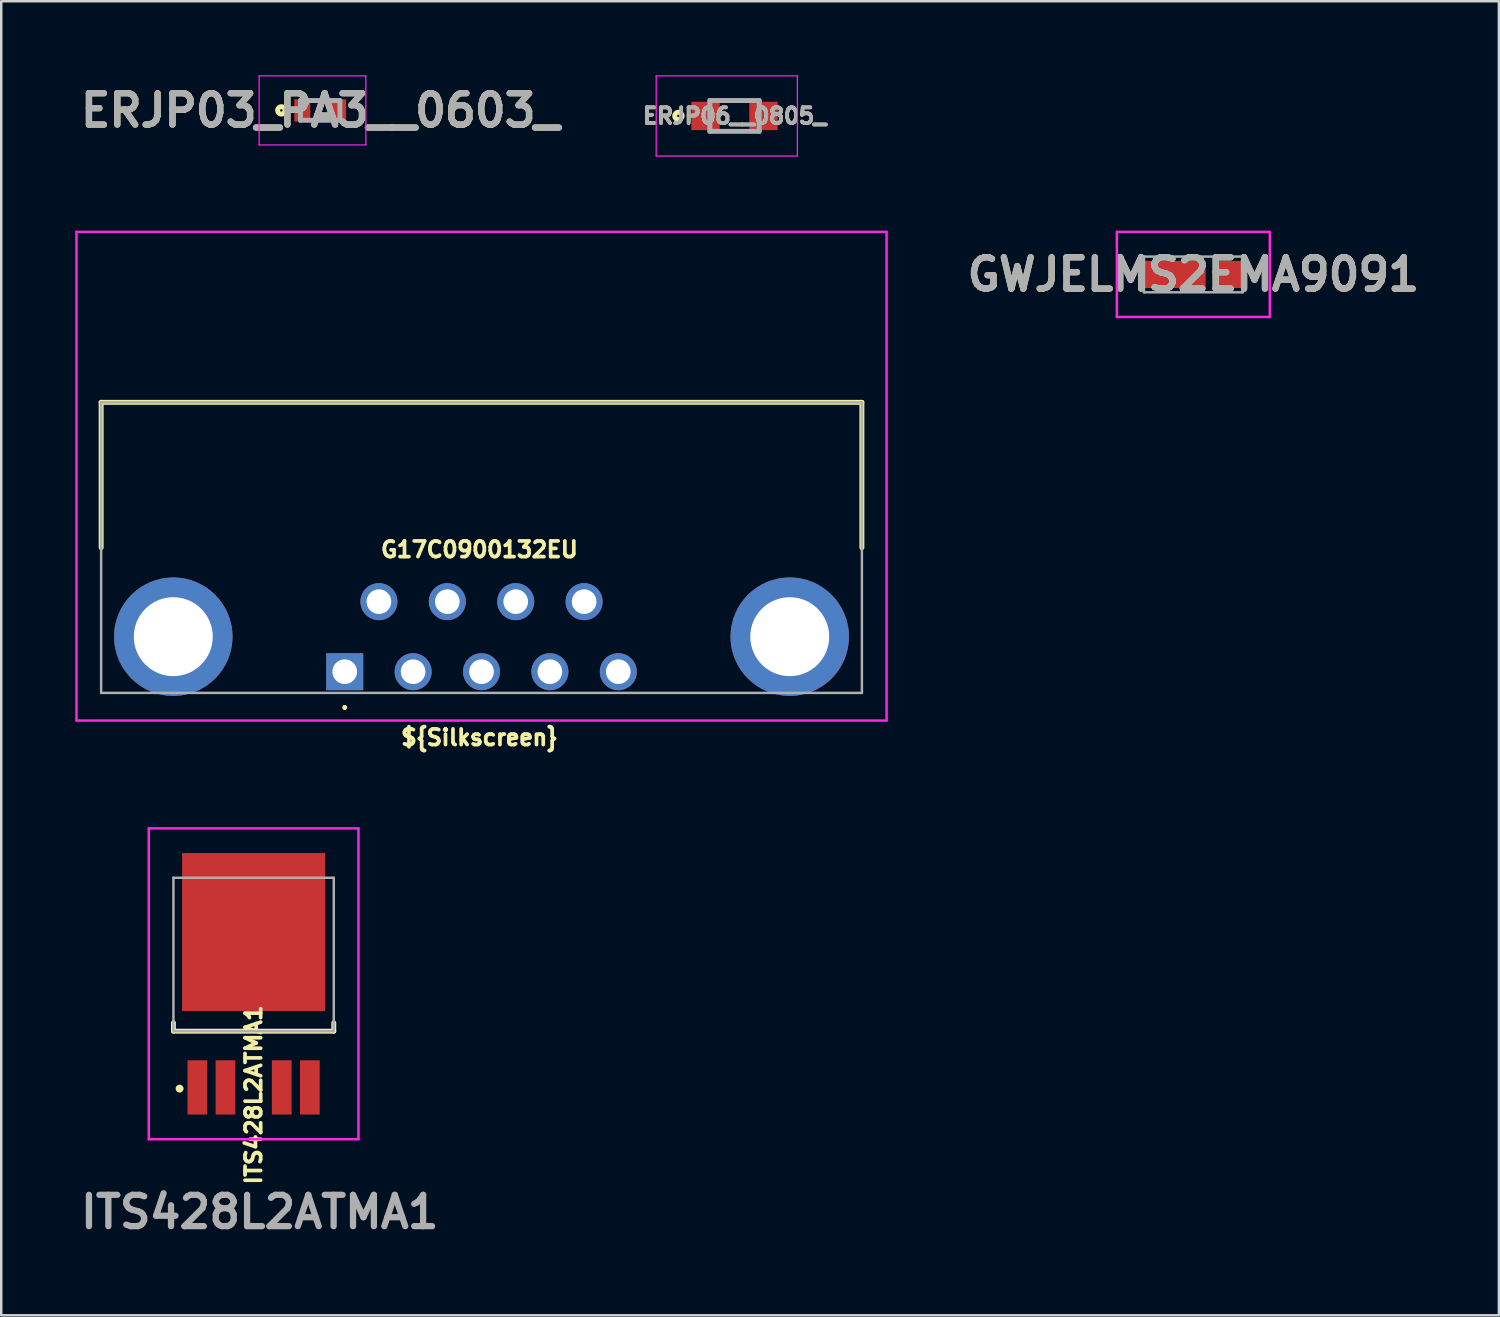
<source format=kicad_pcb>
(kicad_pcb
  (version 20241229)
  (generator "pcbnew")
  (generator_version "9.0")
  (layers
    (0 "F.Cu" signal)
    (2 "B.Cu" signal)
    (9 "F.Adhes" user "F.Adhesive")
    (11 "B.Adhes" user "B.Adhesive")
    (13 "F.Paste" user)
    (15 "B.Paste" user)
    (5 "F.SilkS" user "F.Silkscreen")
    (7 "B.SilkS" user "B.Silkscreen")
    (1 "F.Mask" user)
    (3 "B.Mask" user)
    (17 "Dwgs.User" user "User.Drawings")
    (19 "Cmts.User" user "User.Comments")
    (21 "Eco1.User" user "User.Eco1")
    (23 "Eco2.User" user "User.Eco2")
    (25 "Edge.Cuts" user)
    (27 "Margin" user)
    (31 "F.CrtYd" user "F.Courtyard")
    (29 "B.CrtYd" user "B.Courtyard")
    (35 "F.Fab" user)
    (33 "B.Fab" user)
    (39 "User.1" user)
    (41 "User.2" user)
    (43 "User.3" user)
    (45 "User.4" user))
  (footprint "ITS428L2ATMA1"
    (layer "F.Cu")
    (at 7.231 36.832)
    (property "Reference" "ITS428L2ATMA1" (at 0 4.5 90) (layer "F.SilkS") (effects (font (size 0.635 0.635) (thickness 0.15) (bold yes))))
    (attr smd)
    (fp_line (start -3.25 1.58) (end -3.25 1.92) (stroke (width 0.2) (type solid)) (layer "F.SilkS"))
    (fp_line (start -3.25 1.92) (end 3.25 1.92) (stroke (width 0.2) (type solid)) (layer "F.SilkS"))
    (fp_line (start 3.25 1.92) (end 3.25 1.58) (stroke (width 0.2) (type solid)) (layer "F.SilkS"))
    (fp_circle (center -3 4.25) (end -2.9 4.25) (stroke (width 0.12) (type solid)) (fill yes) (layer "F.SilkS"))
    (fp_line (start -4.25 -6.3) (end 4.25 -6.3) (stroke (width 0.1) (type solid)) (layer "F.CrtYd"))
    (fp_line (start -4.25 6.3) (end -4.25 -6.3) (stroke (width 0.1) (type solid)) (layer "F.CrtYd"))
    (fp_line (start 4.25 -6.3) (end 4.25 6.3) (stroke (width 0.1) (type solid)) (layer "F.CrtYd"))
    (fp_line (start 4.25 6.3) (end -4.25 6.3) (stroke (width 0.1) (type solid)) (layer "F.CrtYd"))
    (fp_line (start -3.25 -4.3) (end 3.25 -4.3) (stroke (width 0.1) (type solid)) (layer "F.Fab"))
    (fp_line (start -3.25 1.92) (end -3.25 -4.3) (stroke (width 0.1) (type solid)) (layer "F.Fab"))
    (fp_line (start 3.25 -4.3) (end 3.25 1.92) (stroke (width 0.1) (type solid)) (layer "F.Fab"))
    (fp_line (start 3.25 1.92) (end -3.25 1.92) (stroke (width 0.1) (type solid)) (layer "F.Fab"))
    (fp_text user "${REFERENCE}" (at 0.25 9.25 0) (layer "F.Fab") (effects (font (size 1.27 1.27) (thickness 0.254))))
    (pad "1" smd rect (at -2.28 4.2) (size 0.8 2.2) (layers "F.Cu" "F.Mask" "F.Paste"))
    (pad "2" smd rect (at -1.14 4.2) (size 0.8 2.2) (layers "F.Cu" "F.Mask" "F.Paste"))
    (pad "3" smd rect (at 0 -2.1) (size 5.8 6.4) (layers "F.Cu" "F.Mask" "F.Paste"))
    (pad "4" smd rect (at 1.14 4.2) (size 0.8 2.2) (layers "F.Cu" "F.Mask" "F.Paste"))
    (pad "5" smd rect (at 2.28 4.2) (size 0.8 2.2) (layers "F.Cu" "F.Mask" "F.Paste")))
  (footprint "GWJELMS2EMA9091"
    (layer "F.Cu")
    (at 45.326 8.075)
    (property "Reference" "GWJELMS2EMA9091" (at 0 0 0) (layer "F.SilkS") (effects (font (size 1.27 1.27) (thickness 0.254))))
    (attr smd)
    (fp_line (start -2.7 0) (end -2.7 0) (stroke (width 0.1) (type solid)) (layer "F.SilkS"))
    (fp_line (start -2.6 0) (end -2.6 0) (stroke (width 0.1) (type solid)) (layer "F.SilkS"))
    (fp_arc (start -2.7 0) (mid -2.65 -0.05) (end -2.6 0) (stroke (width 0.1) (type solid)) (layer "F.SilkS"))
    (fp_arc (start -2.6 0) (mid -2.65 0.05) (end -2.7 0) (stroke (width 0.1) (type solid)) (layer "F.SilkS"))
    (fp_line (start -3.1 -1.725) (end 3.1 -1.725) (stroke (width 0.1) (type solid)) (layer "F.CrtYd"))
    (fp_line (start -3.1 1.725) (end -3.1 -1.725) (stroke (width 0.1) (type solid)) (layer "F.CrtYd"))
    (fp_line (start 3.1 -1.725) (end 3.1 1.725) (stroke (width 0.1) (type solid)) (layer "F.CrtYd"))
    (fp_line (start 3.1 1.725) (end -3.1 1.725) (stroke (width 0.1) (type solid)) (layer "F.CrtYd"))
    (fp_line (start -2 -0.725) (end 2 -0.725) (stroke (width 0.1) (type solid)) (layer "F.Fab"))
    (fp_line (start -2 0.725) (end -2 -0.725) (stroke (width 0.1) (type solid)) (layer "F.Fab"))
    (fp_line (start 2 -0.725) (end 2 0.725) (stroke (width 0.1) (type solid)) (layer "F.Fab"))
    (fp_line (start 2 0.725) (end -2 0.725) (stroke (width 0.1) (type solid)) (layer "F.Fab"))
    (fp_text user "${REFERENCE}" (at 0 0 0) (layer "F.Fab") (effects (font (size 1.27 1.27) (thickness 0.254))))
    (pad "1" smd rect (at -0.8 0 90) (size 1.1 2.6) (layers "F.Cu" "F.Mask" "F.Paste"))
    (pad "2" smd rect (at 1.55 0 90) (size 1.1 1.1) (layers "F.Cu" "F.Mask" "F.Paste")))
  (footprint "G17C0900132EU"
    (layer "F.Cu")
    (at 22.101 8.432)
    (property "Reference" "G17C0900132EU" (at -5.715 10.795 180) (layer "F.SilkS") (effects (font (size 0.635 0.635) (thickness 0.15))))
    (attr through_hole)
    (fp_line (start -21.051 4.828) (end -21.051 10.718) (stroke (width 0.2) (type solid)) (layer "F.SilkS"))
    (fp_line (start -11.176 17.148) (end -11.176 17.148) (stroke (width 0.1) (type solid)) (layer "F.SilkS"))
    (fp_line (start -11.176 17.248) (end -11.176 17.248) (stroke (width 0.1) (type solid)) (layer "F.SilkS"))
    (fp_line (start 9.789 4.828) (end -21.051 4.828) (stroke (width 0.2) (type solid)) (layer "F.SilkS"))
    (fp_line (start 9.789 10.718) (end 9.789 4.828) (stroke (width 0.2) (type solid)) (layer "F.SilkS"))
    (fp_arc (start -11.176 17.148) (mid -11.126 17.198) (end -11.176 17.248) (stroke (width 0.1) (type solid)) (layer "F.SilkS"))
    (fp_arc (start -11.176 17.248) (mid -11.226 17.198) (end -11.176 17.148) (stroke (width 0.1) (type solid)) (layer "F.SilkS"))
    (fp_line (start -22.051 -2.082) (end -22.051 17.728) (stroke (width 0.1) (type solid)) (layer "F.CrtYd"))
    (fp_line (start -22.051 17.728) (end 10.789 17.728) (stroke (width 0.1) (type solid)) (layer "F.CrtYd"))
    (fp_line (start 10.789 -2.082) (end -22.051 -2.082) (stroke (width 0.1) (type solid)) (layer "F.CrtYd"))
    (fp_line (start 10.789 17.728) (end 10.789 -2.082) (stroke (width 0.1) (type solid)) (layer "F.CrtYd"))
    (fp_line (start -21.051 4.828) (end -21.051 16.608) (stroke (width 0.1) (type solid)) (layer "F.Fab"))
    (fp_line (start -21.051 16.608) (end 9.789 16.608) (stroke (width 0.1) (type solid)) (layer "F.Fab"))
    (fp_line (start 9.789 4.828) (end -21.051 4.828) (stroke (width 0.1) (type solid)) (layer "F.Fab"))
    (fp_line (start 9.789 16.608) (end 9.789 4.828) (stroke (width 0.1) (type solid)) (layer "F.Fab"))
    (fp_text user "${Silkscreen}" (at -5.715 18.415 0) (layer "F.SilkS") (effects (font (size 0.635 0.635) (thickness 0.15))))
    (pad "1" thru_hole rect (at -11.176 15.748 180) (size 1.5 1.5) (drill 1) (layers "*.Cu" "*.Mask"))
    (pad "2" thru_hole circle (at -8.404 15.748 180) (size 1.5 1.5) (drill 1) (layers "*.Cu" "*.Mask"))
    (pad "3" thru_hole circle (at -5.631 15.748 180) (size 1.5 1.5) (drill 1) (layers "*.Cu" "*.Mask"))
    (pad "4" thru_hole circle (at -2.859 15.748 180) (size 1.5 1.5) (drill 1) (layers "*.Cu" "*.Mask"))
    (pad "5" thru_hole circle (at -0.086 15.748 180) (size 1.5 1.5) (drill 1) (layers "*.Cu" "*.Mask"))
    (pad "6" thru_hole circle (at -9.79 12.908 180) (size 1.5 1.5) (drill 1) (layers "*.Cu" "*.Mask"))
    (pad "7" thru_hole circle (at -7.017 12.908 180) (size 1.5 1.5) (drill 1) (layers "*.Cu" "*.Mask"))
    (pad "8" thru_hole circle (at -4.245 12.908 180) (size 1.5 1.5) (drill 1) (layers "*.Cu" "*.Mask"))
    (pad "9" thru_hole circle (at -1.472 12.908 180) (size 1.5 1.5) (drill 1) (layers "*.Cu" "*.Mask"))
    (pad "MH1" thru_hole circle (at -18.126 14.328 180) (size 4.8 4.8) (drill 3.2) (layers "*.Cu" "*.Mask"))
    (pad "MH2" thru_hole circle (at 6.864 14.328 180) (size 4.8 4.8) (drill 3.2) (layers "*.Cu" "*.Mask")))
  (footprint "ERJP06__0805_"
    (layer "F.Cu")
    (at 26.726 1.65)
    (property "Reference" "ERJP06__0805_" (at 0 0 0) (layer "F.SilkS") (effects (font (size 0.635 0.635) (thickness 0.15))))
    (attr smd)
    (fp_circle (center -2.275 0) (end -2.275 0.05) (stroke (width 0.2) (type solid)) (fill no) (layer "F.SilkS"))
    (fp_line (start -3.175 -1.625) (end 2.55 -1.625) (stroke (width 0.05) (type solid)) (layer "F.CrtYd"))
    (fp_line (start -3.175 1.625) (end -3.175 -1.625) (stroke (width 0.05) (type solid)) (layer "F.CrtYd"))
    (fp_line (start 2.55 -1.625) (end 2.55 1.625) (stroke (width 0.05) (type solid)) (layer "F.CrtYd"))
    (fp_line (start 2.55 1.625) (end -3.175 1.625) (stroke (width 0.05) (type solid)) (layer "F.CrtYd"))
    (fp_line (start -1 -0.625) (end 1 -0.625) (stroke (width 0.2) (type solid)) (layer "F.Fab"))
    (fp_line (start -1 0.625) (end -1 -0.625) (stroke (width 0.2) (type solid)) (layer "F.Fab"))
    (fp_line (start 1 -0.625) (end 1 0.625) (stroke (width 0.2) (type solid)) (layer "F.Fab"))
    (fp_line (start 1 0.625) (end -1 0.625) (stroke (width 0.2) (type solid)) (layer "F.Fab"))
    (fp_text user "${REFERENCE}" (at 0 0 0) (layer "F.Fab") (effects (font (size 0.635 0.635) (thickness 0.15))))
    (pad "1" smd rect (at -1.175 0 90) (size 1.15 1.15) (layers "F.Cu" "F.Mask" "F.Paste"))
    (pad "2" smd rect (at 1.175 0 90) (size 1.15 1.15) (layers "F.Cu" "F.Mask" "F.Paste")))
  (footprint "ERJP03_PA3__0603_"
    (layer "F.Cu")
    (at 9.93 1.425)
    (property "Reference" "ERJP03_PA3__0603_" (at 0 0 0) (layer "F.SilkS") (effects (font (size 1.27 1.27) (thickness 0.254))))
    (attr smd)
    (fp_circle (center -1.575 0) (end -1.575 0.05) (stroke (width 0.2) (type solid)) (fill no) (layer "F.SilkS"))
    (fp_line (start -2.475 -1.4) (end 1.85 -1.4) (stroke (width 0.05) (type solid)) (layer "F.CrtYd"))
    (fp_line (start -2.475 1.4) (end -2.475 -1.4) (stroke (width 0.05) (type solid)) (layer "F.CrtYd"))
    (fp_line (start 1.85 -1.4) (end 1.85 1.4) (stroke (width 0.05) (type solid)) (layer "F.CrtYd"))
    (fp_line (start 1.85 1.4) (end -2.475 1.4) (stroke (width 0.05) (type solid)) (layer "F.CrtYd"))
    (fp_line (start -0.8 -0.4) (end 0.8 -0.4) (stroke (width 0.2) (type solid)) (layer "F.Fab"))
    (fp_line (start -0.8 0.4) (end -0.8 -0.4) (stroke (width 0.2) (type solid)) (layer "F.Fab"))
    (fp_line (start 0.8 -0.4) (end 0.8 0.4) (stroke (width 0.2) (type solid)) (layer "F.Fab"))
    (fp_line (start 0.8 0.4) (end -0.8 0.4) (stroke (width 0.2) (type solid)) (layer "F.Fab"))
    (fp_text user "${REFERENCE}" (at 0 0 0) (layer "F.Fab") (effects (font (size 1.27 1.27) (thickness 0.254))))
    (pad "1" smd rect (at -0.725 0) (size 0.65 0.9) (layers "F.Cu" "F.Mask" "F.Paste"))
    (pad "2" smd rect (at 0.725 0) (size 0.65 0.9) (layers "F.Cu" "F.Mask" "F.Paste")))
  (gr_rect
    (start -3 -3)
    (end 57.712 50.27)
    (stroke (width 0.1) (type default))
    (fill no)
    (layer "Edge.Cuts")))
</source>
